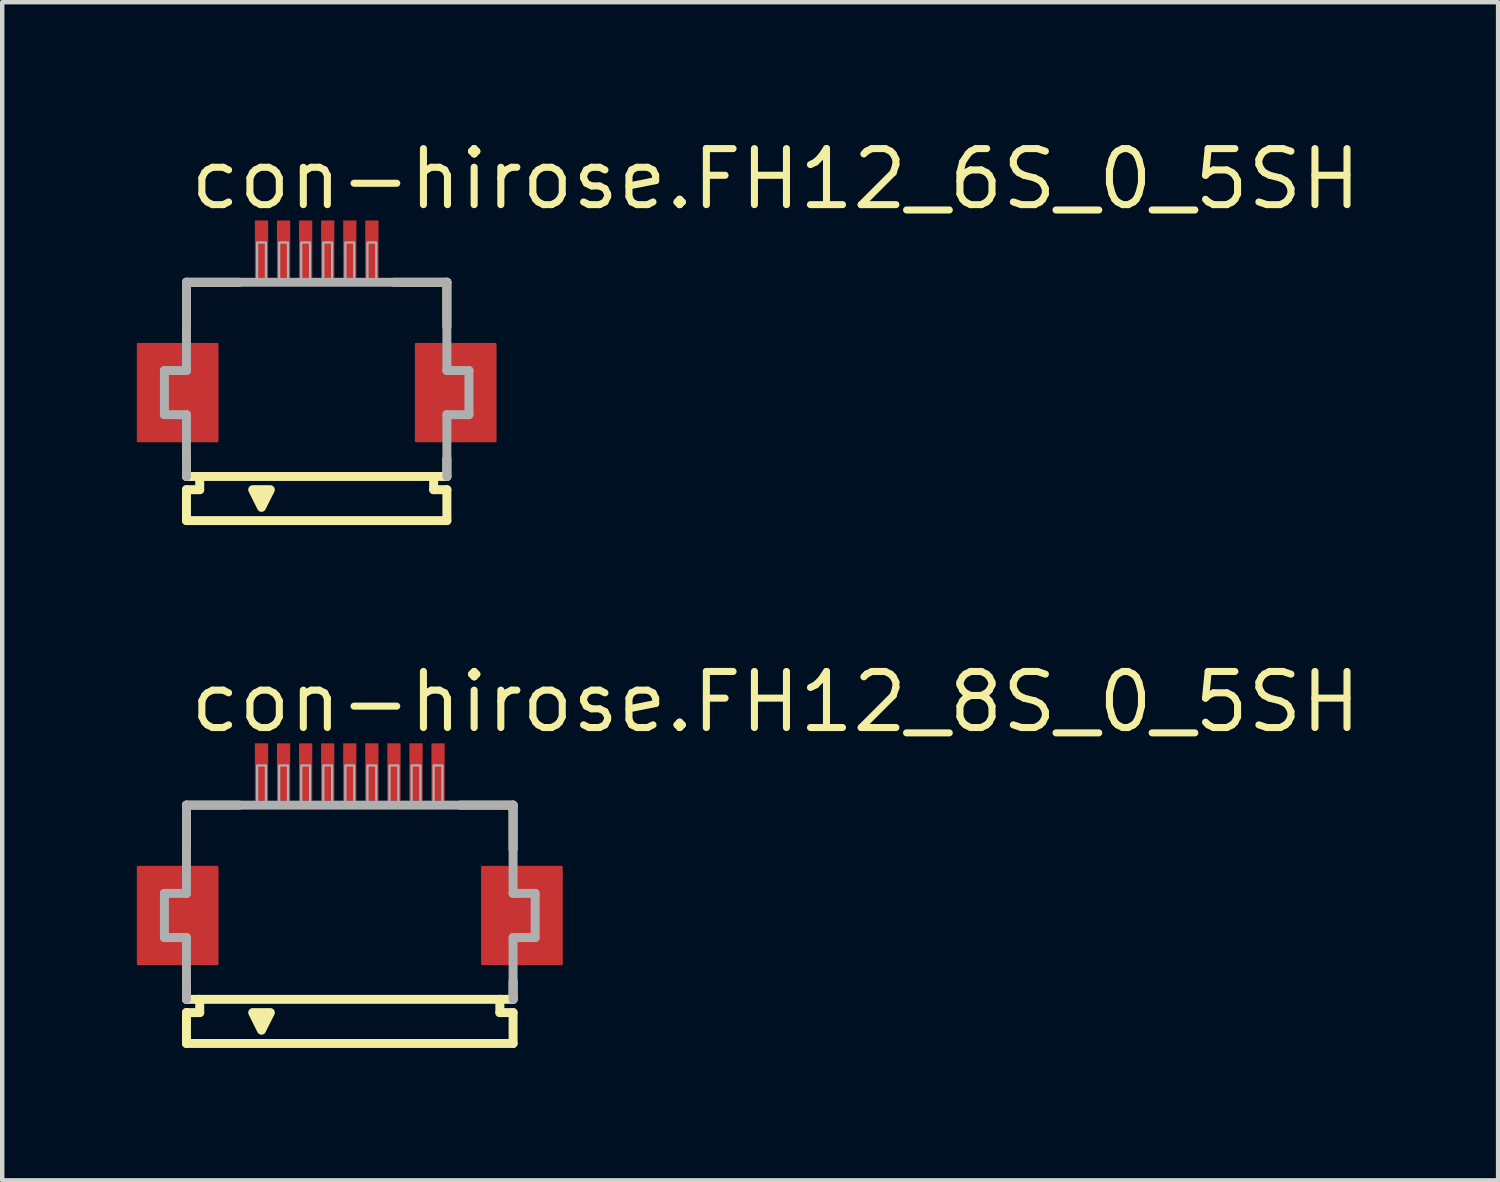
<source format=kicad_pcb>
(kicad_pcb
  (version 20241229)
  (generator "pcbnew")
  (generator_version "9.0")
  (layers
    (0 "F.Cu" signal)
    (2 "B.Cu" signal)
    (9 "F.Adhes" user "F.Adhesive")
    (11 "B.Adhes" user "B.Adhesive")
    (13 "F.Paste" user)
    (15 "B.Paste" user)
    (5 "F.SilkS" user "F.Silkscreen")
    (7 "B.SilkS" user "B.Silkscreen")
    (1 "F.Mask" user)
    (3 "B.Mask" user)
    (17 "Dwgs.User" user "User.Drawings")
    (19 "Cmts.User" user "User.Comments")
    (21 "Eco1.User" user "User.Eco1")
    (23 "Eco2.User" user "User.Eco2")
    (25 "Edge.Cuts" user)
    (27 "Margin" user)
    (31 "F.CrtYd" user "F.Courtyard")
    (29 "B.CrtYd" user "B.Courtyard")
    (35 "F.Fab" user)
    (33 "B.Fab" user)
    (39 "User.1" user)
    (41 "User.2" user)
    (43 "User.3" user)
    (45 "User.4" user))
  (footprint "con-hirose.FH12_8S_0_5SH"
    (layer "F.Cu")
    (at 4.875 17.692)
    (property "Reference" "con-hirose.FH12_8S_0_5SH" (at -3.698 -4.095 0) (layer "F.SilkS") (effects (font (size 1.27 1.27) (thickness 0.16)) (justify left bottom)))
    (attr smd)
    (fp_rect (start -4.8 1.1) (end -3 -1.1) (stroke (width 0.05) (type default)) (fill yes) (layer "F.Cu"))
    (fp_rect (start 3 1.1) (end 4.8 -1.1) (stroke (width 0.05) (type default)) (fill yes) (layer "F.Cu"))
    (fp_rect (start -4.85 1.175) (end -2.95 -1.175) (stroke (width 0.05) (type default)) (fill yes) (layer "F.Mask"))
    (fp_rect (start -2.2 -2.55) (end -1.8 -3.95) (stroke (width 0.05) (type default)) (fill yes) (layer "F.Mask"))
    (fp_rect (start -1.7 -2.55) (end -1.3 -3.95) (stroke (width 0.05) (type default)) (fill yes) (layer "F.Mask"))
    (fp_rect (start -1.2 -2.55) (end -0.8 -3.95) (stroke (width 0.05) (type default)) (fill yes) (layer "F.Mask"))
    (fp_rect (start -0.7 -2.55) (end -0.3 -3.95) (stroke (width 0.05) (type default)) (fill yes) (layer "F.Mask"))
    (fp_rect (start -0.2 -2.55) (end 0.2 -3.95) (stroke (width 0.05) (type default)) (fill yes) (layer "F.Mask"))
    (fp_rect (start 0.3 -2.55) (end 0.7 -3.95) (stroke (width 0.05) (type default)) (fill yes) (layer "F.Mask"))
    (fp_rect (start 0.8 -2.55) (end 1.2 -3.95) (stroke (width 0.05) (type default)) (fill yes) (layer "F.Mask"))
    (fp_rect (start 1.3 -2.55) (end 1.7 -3.95) (stroke (width 0.05) (type default)) (fill yes) (layer "F.Mask"))
    (fp_rect (start 1.8 -2.55) (end 2.2 -3.95) (stroke (width 0.05) (type default)) (fill yes) (layer "F.Mask"))
    (fp_rect (start 2.95 1.175) (end 4.85 -1.175) (stroke (width 0.05) (type default)) (fill yes) (layer "F.Mask"))
    (fp_line (start -3.7 -2.5) (end -3.7 -1.5) (stroke (width 0.203) (type default)) (layer "F.SilkS"))
    (fp_line (start -3.7 1.5) (end -3.7 1.9) (stroke (width 0.203) (type default)) (layer "F.SilkS"))
    (fp_line (start -3.7 1.9) (end -3.4 1.9) (stroke (width 0.203) (type default)) (layer "F.SilkS"))
    (fp_line (start -3.7 2.2) (end -3.7 2.9) (stroke (width 0.203) (type default)) (layer "F.SilkS"))
    (fp_line (start -3.4 1.9) (end -3.4 2.2) (stroke (width 0.203) (type default)) (layer "F.SilkS"))
    (fp_line (start -3.4 2.2) (end -3.7 2.2) (stroke (width 0.203) (type default)) (layer "F.SilkS"))
    (fp_line (start -2.5 -2.5) (end -3.7 -2.5) (stroke (width 0.203) (type default)) (layer "F.SilkS"))
    (fp_line (start 3.4 1.9) (end -3.4 1.9) (stroke (width 0.203) (type default)) (layer "F.SilkS"))
    (fp_line (start 3.4 1.9) (end 3.7 1.9) (stroke (width 0.203) (type default)) (layer "F.SilkS"))
    (fp_line (start 3.4 2.2) (end 3.4 1.9) (stroke (width 0.203) (type default)) (layer "F.SilkS"))
    (fp_line (start 3.7 -2.5) (end 2.5 -2.5) (stroke (width 0.203) (type default)) (layer "F.SilkS"))
    (fp_line (start 3.7 -1.5) (end 3.7 -2.5) (stroke (width 0.203) (type default)) (layer "F.SilkS"))
    (fp_line (start 3.7 1.9) (end 3.7 1.5) (stroke (width 0.203) (type default)) (layer "F.SilkS"))
    (fp_line (start 3.7 2.2) (end 3.4 2.2) (stroke (width 0.203) (type default)) (layer "F.SilkS"))
    (fp_line (start 3.7 2.9) (end -3.7 2.9) (stroke (width 0.203) (type default)) (layer "F.SilkS"))
    (fp_line (start 3.7 2.9) (end 3.7 2.2) (stroke (width 0.203) (type default)) (layer "F.SilkS"))
    (fp_poly (pts (xy -2.2 2.2) (xy -2 2.6) (xy -1.8 2.2)) (stroke (width 0.203) (type default)) (fill yes) (layer "F.SilkS"))
    (fp_rect (start -4.725 1.025) (end -3.075 -1.025) (stroke (width 0.05) (type default)) (fill yes) (layer "F.Paste"))
    (fp_rect (start -2.125 -2.625) (end -1.875 -3.875) (stroke (width 0.05) (type default)) (fill yes) (layer "F.Paste"))
    (fp_rect (start -1.625 -2.625) (end -1.375 -3.875) (stroke (width 0.05) (type default)) (fill yes) (layer "F.Paste"))
    (fp_rect (start -1.125 -2.625) (end -0.875 -3.875) (stroke (width 0.05) (type default)) (fill yes) (layer "F.Paste"))
    (fp_rect (start -0.625 -2.625) (end -0.375 -3.875) (stroke (width 0.05) (type default)) (fill yes) (layer "F.Paste"))
    (fp_rect (start -0.125 -2.625) (end 0.125 -3.875) (stroke (width 0.05) (type default)) (fill yes) (layer "F.Paste"))
    (fp_rect (start 0.375 -2.625) (end 0.625 -3.875) (stroke (width 0.05) (type default)) (fill yes) (layer "F.Paste"))
    (fp_rect (start 0.875 -2.625) (end 1.125 -3.875) (stroke (width 0.05) (type default)) (fill yes) (layer "F.Paste"))
    (fp_rect (start 1.375 -2.625) (end 1.625 -3.875) (stroke (width 0.05) (type default)) (fill yes) (layer "F.Paste"))
    (fp_rect (start 1.875 -2.625) (end 2.125 -3.875) (stroke (width 0.05) (type default)) (fill yes) (layer "F.Paste"))
    (fp_rect (start 3.075 1.025) (end 4.725 -1.025) (stroke (width 0.05) (type default)) (fill yes) (layer "F.Paste"))
    (fp_line (start -4.2 -0.5) (end -4.2 0.5) (stroke (width 0.203) (type default)) (layer "F.Fab"))
    (fp_line (start -4.2 0.5) (end -3.7 0.5) (stroke (width 0.203) (type default)) (layer "F.Fab"))
    (fp_line (start -3.7 -2.5) (end -3.7 -0.5) (stroke (width 0.203) (type default)) (layer "F.Fab"))
    (fp_line (start -3.7 -0.5) (end -4.2 -0.5) (stroke (width 0.203) (type default)) (layer "F.Fab"))
    (fp_line (start -3.7 0.5) (end -3.7 1.9) (stroke (width 0.203) (type default)) (layer "F.Fab"))
    (fp_line (start 3.7 -2.5) (end -3.7 -2.5) (stroke (width 0.203) (type default)) (layer "F.Fab"))
    (fp_line (start 3.7 -0.5) (end 3.7 -2.5) (stroke (width 0.203) (type default)) (layer "F.Fab"))
    (fp_line (start 3.7 0.5) (end 4.2 0.5) (stroke (width 0.203) (type default)) (layer "F.Fab"))
    (fp_line (start 3.7 1.9) (end 3.7 0.5) (stroke (width 0.203) (type default)) (layer "F.Fab"))
    (fp_line (start 4.2 -0.5) (end 3.7 -0.5) (stroke (width 0.203) (type default)) (layer "F.Fab"))
    (fp_line (start 4.2 0.5) (end 4.2 -0.5) (stroke (width 0.203) (type default)) (layer "F.Fab"))
    (fp_rect (start -2.1 -2.55) (end -1.9 -3.4) (stroke (width 0.05) (type default)) (fill no) (layer "F.Fab"))
    (fp_rect (start -1.6 -2.55) (end -1.4 -3.4) (stroke (width 0.05) (type default)) (fill no) (layer "F.Fab"))
    (fp_rect (start -1.1 -2.55) (end -0.9 -3.4) (stroke (width 0.05) (type default)) (fill no) (layer "F.Fab"))
    (fp_rect (start -0.6 -2.55) (end -0.4 -3.4) (stroke (width 0.05) (type default)) (fill no) (layer "F.Fab"))
    (fp_rect (start -0.1 -2.55) (end 0.1 -3.4) (stroke (width 0.05) (type default)) (fill no) (layer "F.Fab"))
    (fp_rect (start 0.4 -2.55) (end 0.6 -3.4) (stroke (width 0.05) (type default)) (fill no) (layer "F.Fab"))
    (fp_rect (start 0.9 -2.55) (end 1.1 -3.4) (stroke (width 0.05) (type default)) (fill no) (layer "F.Fab"))
    (fp_rect (start 1.4 -2.55) (end 1.6 -3.4) (stroke (width 0.05) (type default)) (fill no) (layer "F.Fab"))
    (fp_rect (start 1.9 -2.55) (end 2.1 -3.4) (stroke (width 0.05) (type default)) (fill no) (layer "F.Fab"))
    (pad "1" smd roundrect (at -2 -3.25) (size 0.3 1.3) (layers "F.Cu" "F.Mask" "F.Paste") (roundrect_rratio 0.01))
    (pad "2" smd roundrect (at -1.5 -3.25) (size 0.3 1.3) (layers "F.Cu" "F.Mask" "F.Paste") (roundrect_rratio 0.01))
    (pad "3" smd roundrect (at -1 -3.25) (size 0.3 1.3) (layers "F.Cu" "F.Mask" "F.Paste") (roundrect_rratio 0.01))
    (pad "4" smd roundrect (at -0.5 -3.25) (size 0.3 1.3) (layers "F.Cu" "F.Mask" "F.Paste") (roundrect_rratio 0.01))
    (pad "5" smd roundrect (at 0 -3.25) (size 0.3 1.3) (layers "F.Cu" "F.Mask" "F.Paste") (roundrect_rratio 0.01))
    (pad "6" smd roundrect (at 0.5 -3.25) (size 0.3 1.3) (layers "F.Cu" "F.Mask" "F.Paste") (roundrect_rratio 0.01))
    (pad "7" smd roundrect (at 1 -3.25) (size 0.3 1.3) (layers "F.Cu" "F.Mask" "F.Paste") (roundrect_rratio 0.01))
    (pad "8" smd roundrect (at 1.5 -3.25) (size 0.3 1.3) (layers "F.Cu" "F.Mask" "F.Paste") (roundrect_rratio 0.01))
    (pad "9" smd roundrect (at 2 -3.25) (size 0.3 1.3) (layers "F.Cu" "F.Mask" "F.Paste") (roundrect_rratio 0.01)))
  (footprint "con-hirose.FH12_6S_0_5SH"
    (layer "F.Cu")
    (at 4.125 5.845)
    (property "Reference" "con-hirose.FH12_6S_0_5SH" (at -2.948 -4.095 0) (layer "F.SilkS") (effects (font (size 1.27 1.27) (thickness 0.16)) (justify left bottom)))
    (attr smd)
    (fp_rect (start -4.05 1.1) (end -2.25 -1.1) (stroke (width 0.05) (type default)) (fill yes) (layer "F.Cu"))
    (fp_rect (start 2.25 1.1) (end 4.05 -1.1) (stroke (width 0.05) (type default)) (fill yes) (layer "F.Cu"))
    (fp_rect (start -4.1 1.175) (end -2.2 -1.175) (stroke (width 0.05) (type default)) (fill yes) (layer "F.Mask"))
    (fp_rect (start -1.45 -2.55) (end -1.05 -3.95) (stroke (width 0.05) (type default)) (fill yes) (layer "F.Mask"))
    (fp_rect (start -0.95 -2.55) (end -0.55 -3.95) (stroke (width 0.05) (type default)) (fill yes) (layer "F.Mask"))
    (fp_rect (start -0.45 -2.55) (end -0.05 -3.95) (stroke (width 0.05) (type default)) (fill yes) (layer "F.Mask"))
    (fp_rect (start 0.05 -2.55) (end 0.45 -3.95) (stroke (width 0.05) (type default)) (fill yes) (layer "F.Mask"))
    (fp_rect (start 0.55 -2.55) (end 0.95 -3.95) (stroke (width 0.05) (type default)) (fill yes) (layer "F.Mask"))
    (fp_rect (start 1.05 -2.55) (end 1.45 -3.95) (stroke (width 0.05) (type default)) (fill yes) (layer "F.Mask"))
    (fp_rect (start 2.2 1.175) (end 4.1 -1.175) (stroke (width 0.05) (type default)) (fill yes) (layer "F.Mask"))
    (fp_line (start -2.95 -2.5) (end -2.95 -1.5) (stroke (width 0.203) (type default)) (layer "F.SilkS"))
    (fp_line (start -2.95 1.5) (end -2.95 1.9) (stroke (width 0.203) (type default)) (layer "F.SilkS"))
    (fp_line (start -2.95 1.9) (end -2.65 1.9) (stroke (width 0.203) (type default)) (layer "F.SilkS"))
    (fp_line (start -2.95 2.2) (end -2.95 2.9) (stroke (width 0.203) (type default)) (layer "F.SilkS"))
    (fp_line (start -2.65 1.9) (end -2.65 2.2) (stroke (width 0.203) (type default)) (layer "F.SilkS"))
    (fp_line (start -2.65 2.2) (end -2.95 2.2) (stroke (width 0.203) (type default)) (layer "F.SilkS"))
    (fp_line (start -1.75 -2.5) (end -2.95 -2.5) (stroke (width 0.203) (type default)) (layer "F.SilkS"))
    (fp_line (start 2.65 1.9) (end -2.65 1.9) (stroke (width 0.203) (type default)) (layer "F.SilkS"))
    (fp_line (start 2.65 1.9) (end 2.95 1.9) (stroke (width 0.203) (type default)) (layer "F.SilkS"))
    (fp_line (start 2.65 2.2) (end 2.65 1.9) (stroke (width 0.203) (type default)) (layer "F.SilkS"))
    (fp_line (start 2.95 -2.5) (end 1.75 -2.5) (stroke (width 0.203) (type default)) (layer "F.SilkS"))
    (fp_line (start 2.95 -1.5) (end 2.95 -2.5) (stroke (width 0.203) (type default)) (layer "F.SilkS"))
    (fp_line (start 2.95 1.9) (end 2.95 1.5) (stroke (width 0.203) (type default)) (layer "F.SilkS"))
    (fp_line (start 2.95 2.2) (end 2.65 2.2) (stroke (width 0.203) (type default)) (layer "F.SilkS"))
    (fp_line (start 2.95 2.9) (end -2.95 2.9) (stroke (width 0.203) (type default)) (layer "F.SilkS"))
    (fp_line (start 2.95 2.9) (end 2.95 2.2) (stroke (width 0.203) (type default)) (layer "F.SilkS"))
    (fp_poly (pts (xy -1.45 2.2) (xy -1.25 2.6) (xy -1.05 2.2)) (stroke (width 0.203) (type default)) (fill yes) (layer "F.SilkS"))
    (fp_rect (start -3.975 1.025) (end -2.325 -1.025) (stroke (width 0.05) (type default)) (fill yes) (layer "F.Paste"))
    (fp_rect (start -1.375 -2.625) (end -1.125 -3.875) (stroke (width 0.05) (type default)) (fill yes) (layer "F.Paste"))
    (fp_rect (start -0.875 -2.625) (end -0.625 -3.875) (stroke (width 0.05) (type default)) (fill yes) (layer "F.Paste"))
    (fp_rect (start -0.375 -2.625) (end -0.125 -3.875) (stroke (width 0.05) (type default)) (fill yes) (layer "F.Paste"))
    (fp_rect (start 0.125 -2.625) (end 0.375 -3.875) (stroke (width 0.05) (type default)) (fill yes) (layer "F.Paste"))
    (fp_rect (start 0.625 -2.625) (end 0.875 -3.875) (stroke (width 0.05) (type default)) (fill yes) (layer "F.Paste"))
    (fp_rect (start 1.125 -2.625) (end 1.375 -3.875) (stroke (width 0.05) (type default)) (fill yes) (layer "F.Paste"))
    (fp_rect (start 2.325 1.025) (end 3.975 -1.025) (stroke (width 0.05) (type default)) (fill yes) (layer "F.Paste"))
    (fp_line (start -3.45 -0.5) (end -3.45 0.5) (stroke (width 0.203) (type default)) (layer "F.Fab"))
    (fp_line (start -3.45 0.5) (end -2.95 0.5) (stroke (width 0.203) (type default)) (layer "F.Fab"))
    (fp_line (start -2.95 -2.5) (end -2.95 -0.5) (stroke (width 0.203) (type default)) (layer "F.Fab"))
    (fp_line (start -2.95 -0.5) (end -3.45 -0.5) (stroke (width 0.203) (type default)) (layer "F.Fab"))
    (fp_line (start -2.95 0.5) (end -2.95 1.9) (stroke (width 0.203) (type default)) (layer "F.Fab"))
    (fp_line (start 2.95 -2.5) (end -2.95 -2.5) (stroke (width 0.203) (type default)) (layer "F.Fab"))
    (fp_line (start 2.95 -0.5) (end 2.95 -2.5) (stroke (width 0.203) (type default)) (layer "F.Fab"))
    (fp_line (start 2.95 0.5) (end 3.45 0.5) (stroke (width 0.203) (type default)) (layer "F.Fab"))
    (fp_line (start 2.95 1.9) (end 2.95 0.5) (stroke (width 0.203) (type default)) (layer "F.Fab"))
    (fp_line (start 3.45 -0.5) (end 2.95 -0.5) (stroke (width 0.203) (type default)) (layer "F.Fab"))
    (fp_line (start 3.45 0.5) (end 3.45 -0.5) (stroke (width 0.203) (type default)) (layer "F.Fab"))
    (fp_rect (start -1.35 -2.55) (end -1.15 -3.4) (stroke (width 0.05) (type default)) (fill no) (layer "F.Fab"))
    (fp_rect (start -0.85 -2.55) (end -0.65 -3.4) (stroke (width 0.05) (type default)) (fill no) (layer "F.Fab"))
    (fp_rect (start -0.35 -2.55) (end -0.15 -3.4) (stroke (width 0.05) (type default)) (fill no) (layer "F.Fab"))
    (fp_rect (start 0.15 -2.55) (end 0.35 -3.4) (stroke (width 0.05) (type default)) (fill no) (layer "F.Fab"))
    (fp_rect (start 0.65 -2.55) (end 0.85 -3.4) (stroke (width 0.05) (type default)) (fill no) (layer "F.Fab"))
    (fp_rect (start 1.15 -2.55) (end 1.35 -3.4) (stroke (width 0.05) (type default)) (fill no) (layer "F.Fab"))
    (pad "1" smd roundrect (at -1.25 -3.25) (size 0.3 1.3) (layers "F.Cu" "F.Mask" "F.Paste") (roundrect_rratio 0.01))
    (pad "2" smd roundrect (at -0.75 -3.25) (size 0.3 1.3) (layers "F.Cu" "F.Mask" "F.Paste") (roundrect_rratio 0.01))
    (pad "3" smd roundrect (at -0.25 -3.25) (size 0.3 1.3) (layers "F.Cu" "F.Mask" "F.Paste") (roundrect_rratio 0.01))
    (pad "4" smd roundrect (at 0.25 -3.25) (size 0.3 1.3) (layers "F.Cu" "F.Mask" "F.Paste") (roundrect_rratio 0.01))
    (pad "5" smd roundrect (at 0.75 -3.25) (size 0.3 1.3) (layers "F.Cu" "F.Mask" "F.Paste") (roundrect_rratio 0.01))
    (pad "6" smd roundrect (at 1.25 -3.25) (size 0.3 1.3) (layers "F.Cu" "F.Mask" "F.Paste") (roundrect_rratio 0.01)))
  (gr_rect
    (start -3 -3)
    (end 30.892 23.693)
    (stroke (width 0.1) (type default))
    (fill no)
    (layer "Edge.Cuts")))
</source>
